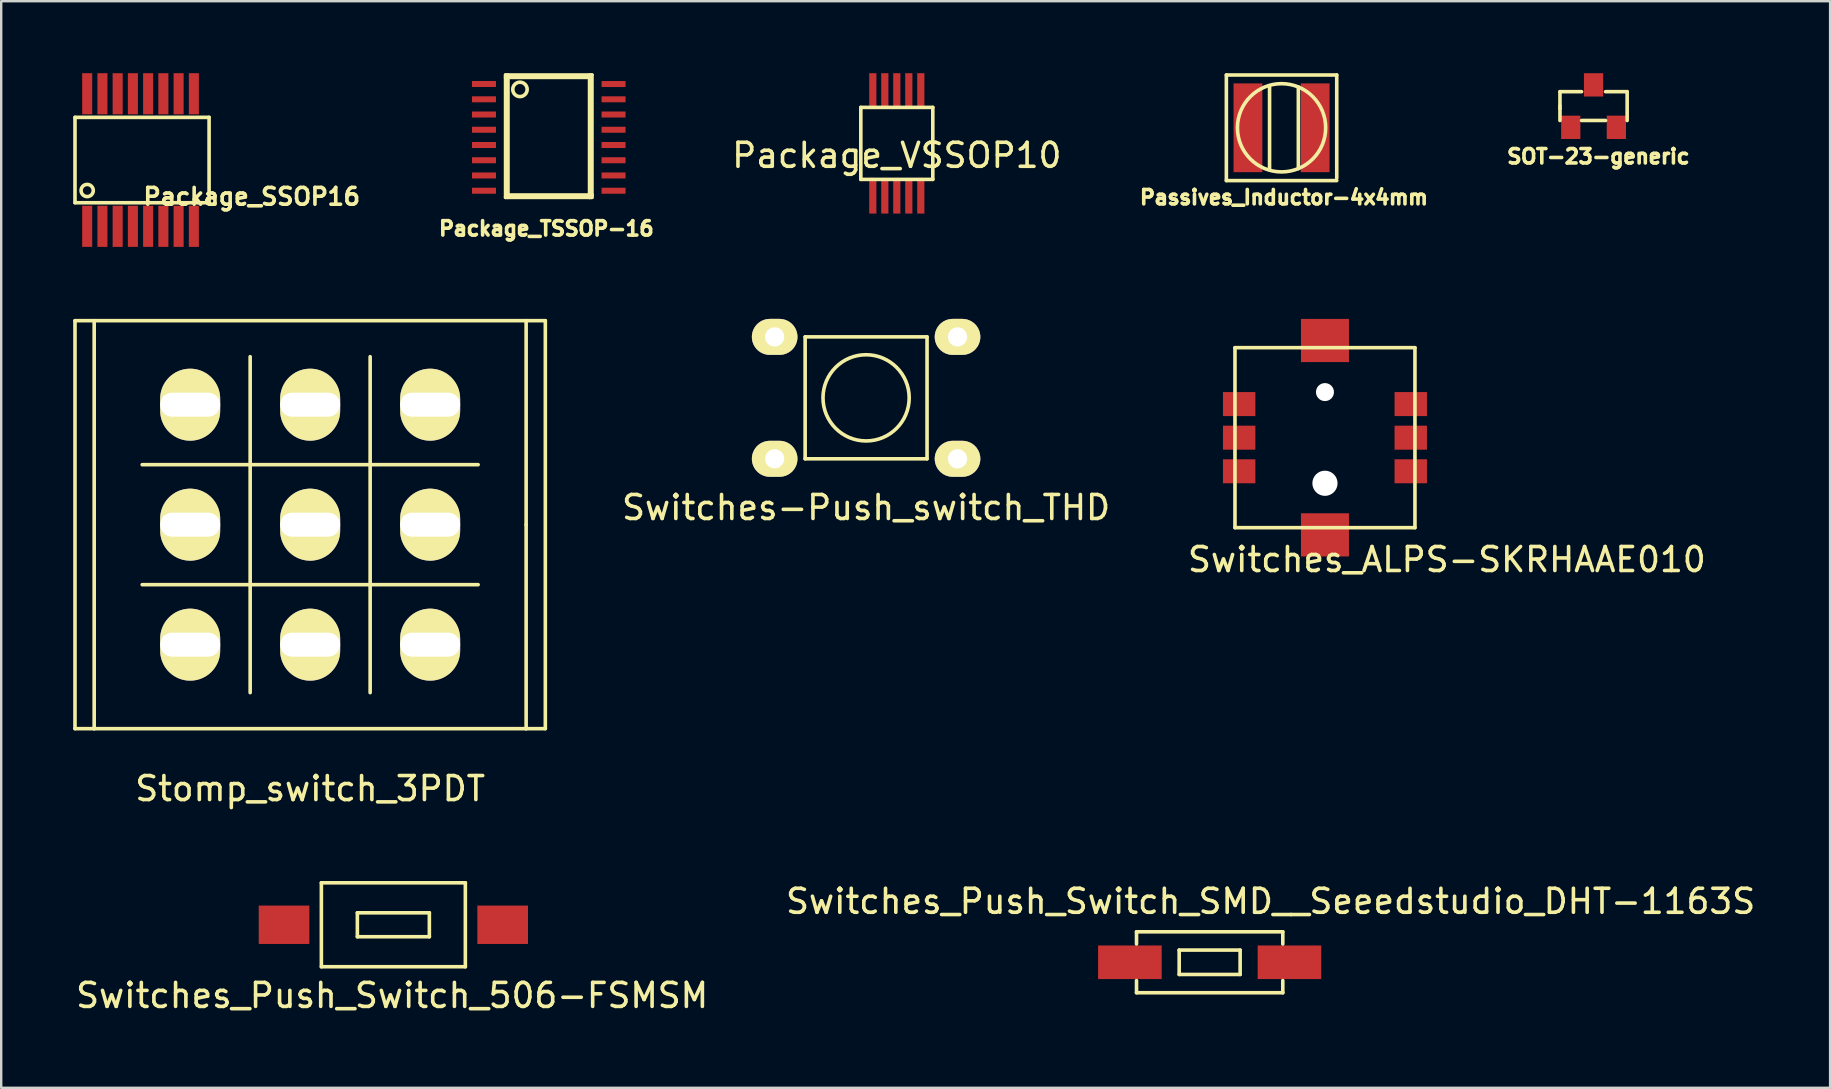
<source format=kicad_pcb>
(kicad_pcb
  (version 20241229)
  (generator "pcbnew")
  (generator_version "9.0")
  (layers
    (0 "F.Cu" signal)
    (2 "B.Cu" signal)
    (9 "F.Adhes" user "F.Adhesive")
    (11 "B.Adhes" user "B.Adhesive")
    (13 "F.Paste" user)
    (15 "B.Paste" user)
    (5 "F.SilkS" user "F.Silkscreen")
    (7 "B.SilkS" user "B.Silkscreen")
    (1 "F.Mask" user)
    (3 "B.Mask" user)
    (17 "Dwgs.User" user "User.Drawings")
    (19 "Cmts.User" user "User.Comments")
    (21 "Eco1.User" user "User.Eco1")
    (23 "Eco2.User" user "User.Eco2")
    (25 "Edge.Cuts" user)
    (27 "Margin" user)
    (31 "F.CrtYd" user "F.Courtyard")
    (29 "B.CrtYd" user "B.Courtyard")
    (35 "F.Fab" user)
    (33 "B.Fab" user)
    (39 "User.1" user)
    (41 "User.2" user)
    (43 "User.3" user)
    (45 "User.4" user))
  (footprint "Package_VSSOP10"
    (layer "F.Cu")
    (at 34.322 2.925)
    (property "Reference" "Package_VSSOP10" (at 0 0.5 0) (layer "F.SilkS") (effects (font (size 1 1) (thickness 0.15))))
    (attr through_hole)
    (fp_line (start -1.5 -1.5) (end 1.5 -1.5) (stroke (width 0.15) (type solid)) (layer "F.SilkS"))
    (fp_line (start -1.5 1.5) (end -1.5 -1.5) (stroke (width 0.15) (type solid)) (layer "F.SilkS"))
    (fp_line (start 1.5 -1.5) (end 1.5 1.5) (stroke (width 0.15) (type solid)) (layer "F.SilkS"))
    (fp_line (start 1.5 1.5) (end -1.5 1.5) (stroke (width 0.15) (type solid)) (layer "F.SilkS"))
    (pad "1" smd rect (at -1 2.2) (size 0.3 1.45) (layers "F.Cu" "F.Mask" "F.Paste"))
    (pad "2" smd rect (at -0.5 2.2) (size 0.3 1.45) (layers "F.Cu" "F.Mask" "F.Paste"))
    (pad "3" smd rect (at 0 2.2) (size 0.3 1.45) (layers "F.Cu" "F.Mask" "F.Paste"))
    (pad "4" smd rect (at 0.5 2.2) (size 0.3 1.45) (layers "F.Cu" "F.Mask" "F.Paste"))
    (pad "5" smd rect (at 1 2.2) (size 0.3 1.45) (layers "F.Cu" "F.Mask" "F.Paste"))
    (pad "6" smd rect (at 1 -2.2) (size 0.3 1.45) (layers "F.Cu" "F.Mask" "F.Paste"))
    (pad "7" smd rect (at 0.5 -2.2) (size 0.3 1.45) (layers "F.Cu" "F.Mask" "F.Paste"))
    (pad "8" smd rect (at 0 -2.2) (size 0.3 1.45) (layers "F.Cu" "F.Mask" "F.Paste"))
    (pad "9" smd rect (at -0.5 -2.2) (size 0.3 1.45) (layers "F.Cu" "F.Mask" "F.Paste"))
    (pad "10" smd rect (at -1 -2.2) (size 0.3 1.45) (layers "F.Cu" "F.Mask" "F.Paste")))
  (footprint "Switches_Push_Switch_506-FSMSM"
    (layer "F.Cu")
    (at 13.342 35.487)
    (property "Reference" "Switches_Push_Switch_506-FSMSM" (at -0.051 2.946 0) (layer "F.SilkS") (effects (font (size 1 1) (thickness 0.15))))
    (attr through_hole)
    (fp_line (start -3 -1.75) (end -3 1.75) (stroke (width 0.15) (type solid)) (layer "F.SilkS"))
    (fp_line (start -3 -1.75) (end 3 -1.75) (stroke (width 0.15) (type solid)) (layer "F.SilkS"))
    (fp_line (start -3 1.75) (end 3 1.75) (stroke (width 0.15) (type solid)) (layer "F.SilkS"))
    (fp_line (start -1.5 -0.5) (end -1.5 0.5) (stroke (width 0.15) (type solid)) (layer "F.SilkS"))
    (fp_line (start -1.5 -0.5) (end 1.5 -0.5) (stroke (width 0.15) (type solid)) (layer "F.SilkS"))
    (fp_line (start -1.5 0.5) (end 1.5 0.5) (stroke (width 0.15) (type solid)) (layer "F.SilkS"))
    (fp_line (start 1.5 0.5) (end 1.5 -0.5) (stroke (width 0.15) (type solid)) (layer "F.SilkS"))
    (fp_line (start 3 -1.75) (end 3 1.75) (stroke (width 0.15) (type solid)) (layer "F.SilkS"))
    (pad "1" smd rect (at -4.555 0) (size 2.11 1.6) (layers "F.Cu" "F.Mask" "F.Paste"))
    (pad "2" smd rect (at 4.555 0) (size 2.11 1.6) (layers "F.Cu" "F.Mask" "F.Paste")))
  (footprint "Switches_Push_Switch_SMD__Seeedstudio_DHT-1163S"
    (layer "F.Cu")
    (at 47.359 37.05)
    (property "Reference" "Switches_Push_Switch_SMD__Seeedstudio_DHT-1163S" (at 2.54 -2.54 0) (layer "F.SilkS") (effects (font (size 1 1) (thickness 0.15))))
    (attr through_hole)
    (fp_line (start -3.048 -1.27) (end 3.048 -1.27) (stroke (width 0.15) (type solid)) (layer "F.SilkS"))
    (fp_line (start -3.048 -0.762) (end -3.048 -1.27) (stroke (width 0.15) (type solid)) (layer "F.SilkS"))
    (fp_line (start -3.048 1.27) (end -3.048 0.762) (stroke (width 0.15) (type solid)) (layer "F.SilkS"))
    (fp_line (start -1.27 -0.508) (end -1.27 0.508) (stroke (width 0.15) (type solid)) (layer "F.SilkS"))
    (fp_line (start -1.27 0.508) (end 1.27 0.508) (stroke (width 0.15) (type solid)) (layer "F.SilkS"))
    (fp_line (start 1.27 -0.508) (end -1.27 -0.508) (stroke (width 0.15) (type solid)) (layer "F.SilkS"))
    (fp_line (start 1.27 0.508) (end 1.27 -0.508) (stroke (width 0.15) (type solid)) (layer "F.SilkS"))
    (fp_line (start 3.048 -1.27) (end 3.048 -0.762) (stroke (width 0.15) (type solid)) (layer "F.SilkS"))
    (fp_line (start 3.048 0.762) (end 3.048 1.27) (stroke (width 0.15) (type solid)) (layer "F.SilkS"))
    (fp_line (start 3.048 1.27) (end -3.048 1.27) (stroke (width 0.15) (type solid)) (layer "F.SilkS"))
    (pad "1" smd rect (at -3.325 0) (size 2.65 1.4) (layers "F.Cu" "F.Mask" "F.Paste"))
    (pad "2" smd rect (at 3.325 0) (size 2.65 1.4) (layers "F.Cu" "F.Mask" "F.Paste")))
  (footprint "Stomp_switch_3PDT"
    (layer "F.Cu")
    (at 9.875 18.814)
    (property "Reference" "Stomp_switch_3PDT" (at 0 11 0) (layer "F.SilkS") (effects (font (size 1 1) (thickness 0.15))))
    (attr through_hole)
    (fp_line (start -9.8 -8.5) (end -9 -8.5) (stroke (width 0.15) (type solid)) (layer "F.SilkS"))
    (fp_line (start -9.8 8.5) (end -9.8 -8.5) (stroke (width 0.15) (type solid)) (layer "F.SilkS"))
    (fp_line (start -9 -8.5) (end 9 -8.5) (stroke (width 0.15) (type solid)) (layer "F.SilkS"))
    (fp_line (start -9 8.5) (end -9.8 8.5) (stroke (width 0.15) (type solid)) (layer "F.SilkS"))
    (fp_line (start -9 8.5) (end -9 -8.5) (stroke (width 0.15) (type solid)) (layer "F.SilkS"))
    (fp_line (start -9 8.5) (end 9 8.5) (stroke (width 0.15) (type solid)) (layer "F.SilkS"))
    (fp_line (start -7 -2.5) (end 7 -2.5) (stroke (width 0.15) (type solid)) (layer "F.SilkS"))
    (fp_line (start -2.5 -7) (end -2.5 7) (stroke (width 0.15) (type solid)) (layer "F.SilkS"))
    (fp_line (start 2.5 7) (end 2.5 -7) (stroke (width 0.15) (type solid)) (layer "F.SilkS"))
    (fp_line (start 7 2.5) (end -7 2.5) (stroke (width 0.15) (type solid)) (layer "F.SilkS"))
    (fp_line (start 9 -8.5) (end 9 0) (stroke (width 0.15) (type solid)) (layer "F.SilkS"))
    (fp_line (start 9 8.5) (end 9 0) (stroke (width 0.15) (type solid)) (layer "F.SilkS"))
    (fp_line (start 9.8 -8.5) (end 9 -8.5) (stroke (width 0.15) (type solid)) (layer "F.SilkS"))
    (fp_line (start 9.8 8.5) (end 9 8.5) (stroke (width 0.15) (type solid)) (layer "F.SilkS"))
    (fp_line (start 9.8 8.5) (end 9.8 -8.5) (stroke (width 0.15) (type solid)) (layer "F.SilkS"))
    (pad "1" thru_hole oval (at -5 -5) (size 2.5 3) (drill oval 2.5 1) (layers "*.Cu" "*.Mask" "F.SilkS"))
    (pad "2" thru_hole oval (at 0 -5) (size 2.5 3) (drill oval 2.5 1) (layers "*.Cu" "*.Mask" "F.SilkS"))
    (pad "3" thru_hole oval (at 5 -5) (size 2.5 3) (drill oval 2.5 1) (layers "*.Cu" "*.Mask" "F.SilkS"))
    (pad "4" thru_hole oval (at -5 0) (size 2.5 3) (drill oval 2.5 1) (layers "*.Cu" "*.Mask" "F.SilkS"))
    (pad "5" thru_hole oval (at 0 0) (size 2.5 3) (drill oval 2.5 1) (layers "*.Cu" "*.Mask" "F.SilkS"))
    (pad "6" thru_hole oval (at 5 0) (size 2.5 3) (drill oval 2.5 1) (layers "*.Cu" "*.Mask" "F.SilkS"))
    (pad "7" thru_hole oval (at -5 5) (size 2.5 3) (drill oval 2.5 1) (layers "*.Cu" "*.Mask" "F.SilkS"))
    (pad "8" thru_hole oval (at 0 5) (size 2.5 3) (drill oval 2.5 1) (layers "*.Cu" "*.Mask" "F.SilkS"))
    (pad "9" thru_hole oval (at 5 5) (size 2.5 3) (drill oval 2.5 1) (layers "*.Cu" "*.Mask" "F.SilkS")))
  (footprint "Switches_ALPS-SKRHAAE010"
    (layer "F.Cu")
    (at 52.164 15.189)
    (property "Reference" "Switches_ALPS-SKRHAAE010" (at 5.08 5.08 0) (layer "F.SilkS") (effects (font (size 1 1) (thickness 0.15))))
    (attr through_hole)
    (fp_line (start -3.75 -3.75) (end -3.75 3.75) (stroke (width 0.15) (type solid)) (layer "F.SilkS"))
    (fp_line (start -3.75 -3.75) (end 3.75 -3.75) (stroke (width 0.15) (type solid)) (layer "F.SilkS"))
    (fp_line (start -3.75 3.75) (end 3.75 3.75) (stroke (width 0.15) (type solid)) (layer "F.SilkS"))
    (fp_line (start 3.75 -3.75) (end 3.75 3.75) (stroke (width 0.15) (type solid)) (layer "F.SilkS"))
    (pad "" smd rect (at 0 -4.05) (size 2 1.8) (layers "F.Cu" "F.Mask" "F.Paste"))
    (pad "" np_thru_hole circle (at 0 -1.9) (size 0.75 0.75) (drill 0.75) (layers "*.Cu" "*.Mask"))
    (pad "" np_thru_hole circle (at 0 1.9) (size 1.05 1.05) (drill 1.05) (layers "*.Cu" "*.Mask"))
    (pad "" smd rect (at 0 4.05) (size 2 1.8) (layers "F.Cu" "F.Mask" "F.Paste"))
    (pad "1" smd rect (at -3.575 -1.4) (size 1.35 1) (layers "F.Cu" "F.Mask" "F.Paste"))
    (pad "2" smd rect (at -3.575 0) (size 1.35 1) (layers "F.Cu" "F.Mask" "F.Paste"))
    (pad "3" smd rect (at -3.575 1.4) (size 1.35 1) (layers "F.Cu" "F.Mask" "F.Paste"))
    (pad "4" smd rect (at 3.575 -1.4) (size 1.35 1) (layers "F.Cu" "F.Mask" "F.Paste"))
    (pad "5" smd rect (at 3.575 0) (size 1.35 1) (layers "F.Cu" "F.Mask" "F.Paste"))
    (pad "6" smd rect (at 3.575 1.4) (size 1.35 1) (layers "F.Cu" "F.Mask" "F.Paste")))
  (footprint "Switches-Push_switch_THD"
    (layer "F.Cu")
    (at 33.042 13.529)
    (property "Reference" "Switches-Push_switch_THD" (at 0 4.572 0) (layer "F.SilkS") (effects (font (size 1 1) (thickness 0.15))))
    (attr through_hole)
    (fp_line (start -2.54 -2.54) (end 2.54 -2.54) (stroke (width 0.15) (type solid)) (layer "F.SilkS"))
    (fp_line (start -2.54 2.54) (end -2.54 -2.54) (stroke (width 0.15) (type solid)) (layer "F.SilkS"))
    (fp_line (start 2.54 -2.54) (end 2.54 2.54) (stroke (width 0.15) (type solid)) (layer "F.SilkS"))
    (fp_line (start 2.54 2.54) (end -2.54 2.54) (stroke (width 0.15) (type solid)) (layer "F.SilkS"))
    (fp_circle (center 0 0) (end -1.27 -1.27) (stroke (width 0.15) (type solid)) (fill no) (layer "F.SilkS"))
    (pad "1" thru_hole oval (at -3.81 -2.54) (size 1.9 1.5) (drill 0.8) (layers "*.Cu" "*.Mask" "F.SilkS"))
    (pad "2" thru_hole oval (at -3.81 2.54) (size 1.9 1.5) (drill 0.8) (layers "*.Cu" "*.Mask" "F.SilkS"))
    (pad "3" thru_hole oval (at 3.81 -2.54) (size 1.9 1.5) (drill 0.8) (layers "*.Cu" "*.Mask" "F.SilkS"))
    (pad "4" thru_hole oval (at 3.81 2.54) (size 1.9 1.5) (drill 0.8) (layers "*.Cu" "*.Mask" "F.SilkS")))
  (footprint "Package_TSSOP-16"
    (layer "F.Cu")
    (at 19.818 2.675)
    (property "Reference" "Package_TSSOP-16" (at -0.1 3.8 0) (layer "F.SilkS") (effects (font (size 0.6 0.6) (thickness 0.15))))
    (attr through_hole)
    (fp_line (start -1.8 -2.6) (end -1.8 2.5) (stroke (width 0.15) (type solid)) (layer "F.SilkS"))
    (fp_line (start -1.8 2.5) (end 1.8 2.5) (stroke (width 0.15) (type solid)) (layer "F.SilkS"))
    (fp_line (start -1.7 -2.6) (end -1.7 2.5) (stroke (width 0.15) (type solid)) (layer "F.SilkS"))
    (fp_line (start -1.7 2.4) (end 1.8 2.4) (stroke (width 0.15) (type solid)) (layer "F.SilkS"))
    (fp_line (start 1.7 -2.5) (end -1.8 -2.5) (stroke (width 0.15) (type solid)) (layer "F.SilkS"))
    (fp_line (start 1.7 2.5) (end 1.7 -2.6) (stroke (width 0.15) (type solid)) (layer "F.SilkS"))
    (fp_line (start 1.8 -2.6) (end -1.8 -2.6) (stroke (width 0.15) (type solid)) (layer "F.SilkS"))
    (fp_line (start 1.8 2.4) (end 1.7 2.5) (stroke (width 0.15) (type solid)) (layer "F.SilkS"))
    (fp_line (start 1.8 2.5) (end 1.8 -2.6) (stroke (width 0.15) (type solid)) (layer "F.SilkS"))
    (fp_circle (center -1.2 -2) (end -1.2 -2.3) (stroke (width 0.15) (type solid)) (fill no) (layer "F.SilkS"))
    (pad "1" smd rect (at -2.7 -2.225) (size 1 0.25) (layers "F.Cu" "F.Mask" "F.Paste"))
    (pad "2" smd rect (at -2.7 -1.587) (size 1 0.25) (layers "F.Cu" "F.Mask" "F.Paste"))
    (pad "3" smd rect (at -2.7 -0.953) (size 1 0.25) (layers "F.Cu" "F.Mask" "F.Paste"))
    (pad "4" smd rect (at -2.7 -0.318) (size 1 0.25) (layers "F.Cu" "F.Mask" "F.Paste"))
    (pad "5" smd rect (at -2.7 0.318) (size 1 0.25) (layers "F.Cu" "F.Mask" "F.Paste"))
    (pad "6" smd rect (at -2.7 0.953) (size 1 0.25) (layers "F.Cu" "F.Mask" "F.Paste"))
    (pad "7" smd rect (at -2.7 1.587) (size 1 0.25) (layers "F.Cu" "F.Mask" "F.Paste"))
    (pad "8" smd rect (at -2.7 2.223) (size 1 0.25) (layers "F.Cu" "F.Mask" "F.Paste"))
    (pad "9" smd rect (at 2.7 2.223) (size 1 0.25) (layers "F.Cu" "F.Mask" "F.Paste"))
    (pad "10" smd rect (at 2.7 1.587) (size 1 0.25) (layers "F.Cu" "F.Mask" "F.Paste"))
    (pad "11" smd rect (at 2.7 0.953) (size 1 0.25) (layers "F.Cu" "F.Mask" "F.Paste"))
    (pad "12" smd rect (at 2.7 0.318) (size 1 0.25) (layers "F.Cu" "F.Mask" "F.Paste"))
    (pad "13" smd rect (at 2.7 -0.318) (size 1 0.25) (layers "F.Cu" "F.Mask" "F.Paste"))
    (pad "14" smd rect (at 2.7 -0.953) (size 1 0.25) (layers "F.Cu" "F.Mask" "F.Paste"))
    (pad "15" smd rect (at 2.7 -1.587) (size 1 0.25) (layers "F.Cu" "F.Mask" "F.Paste"))
    (pad "16" smd rect (at 2.7 -2.223) (size 1 0.25) (layers "F.Cu" "F.Mask" "F.Paste")))
  (footprint "Package_SSOP16"
    (layer "F.Cu")
    (at 3.123 3.619)
    (property "Reference" "Package_SSOP16" (at 4.318 1.524 0) (layer "F.SilkS") (effects (font (size 0.7 0.7) (thickness 0.15))))
    (attr through_hole)
    (fp_line (start -3.048 -1.778) (end 2.54 -1.778) (stroke (width 0.15) (type solid)) (layer "F.SilkS"))
    (fp_line (start -3.048 1.778) (end -3.048 -1.778) (stroke (width 0.15) (type solid)) (layer "F.SilkS"))
    (fp_line (start 2.54 -1.778) (end 2.54 1.778) (stroke (width 0.15) (type solid)) (layer "F.SilkS"))
    (fp_line (start 2.54 1.778) (end -3.048 1.778) (stroke (width 0.15) (type solid)) (layer "F.SilkS"))
    (fp_circle (center -2.54 1.27) (end -2.54 1.016) (stroke (width 0.15) (type solid)) (fill no) (layer "F.SilkS"))
    (pad "1" smd rect (at -2.54 2.762) (size 0.419 1.714) (layers "F.Cu" "F.Mask" "F.Paste"))
    (pad "2" smd rect (at -1.905 2.762) (size 0.419 1.714) (layers "F.Cu" "F.Mask" "F.Paste"))
    (pad "3" smd rect (at -1.27 2.762) (size 0.419 1.714) (layers "F.Cu" "F.Mask" "F.Paste"))
    (pad "4" smd rect (at -0.635 2.762) (size 0.419 1.714) (layers "F.Cu" "F.Mask" "F.Paste"))
    (pad "5" smd rect (at 0 2.762) (size 0.419 1.714) (layers "F.Cu" "F.Mask" "F.Paste"))
    (pad "6" smd rect (at 0.635 2.762) (size 0.419 1.714) (layers "F.Cu" "F.Mask" "F.Paste"))
    (pad "7" smd rect (at 1.27 2.762) (size 0.419 1.714) (layers "F.Cu" "F.Mask" "F.Paste"))
    (pad "8" smd rect (at 1.905 2.762) (size 0.419 1.714) (layers "F.Cu" "F.Mask" "F.Paste"))
    (pad "9" smd rect (at 1.905 -2.762) (size 0.419 1.714) (layers "F.Cu" "F.Mask" "F.Paste"))
    (pad "10" smd rect (at 1.27 -2.762) (size 0.419 1.714) (layers "F.Cu" "F.Mask" "F.Paste"))
    (pad "11" smd rect (at 0.635 -2.762) (size 0.419 1.714) (layers "F.Cu" "F.Mask" "F.Paste"))
    (pad "12" smd rect (at 0 -2.762) (size 0.419 1.714) (layers "F.Cu" "F.Mask" "F.Paste"))
    (pad "13" smd rect (at -0.635 -2.762) (size 0.419 1.714) (layers "F.Cu" "F.Mask" "F.Paste"))
    (pad "14" smd rect (at -1.27 -2.762) (size 0.419 1.714) (layers "F.Cu" "F.Mask" "F.Paste"))
    (pad "15" smd rect (at -1.905 -2.762) (size 0.419 1.714) (layers "F.Cu" "F.Mask" "F.Paste"))
    (pad "16" smd rect (at -2.54 -2.762) (size 0.419 1.714) (layers "F.Cu" "F.Mask" "F.Paste")))
  (footprint "Passives_Inductor-4x4mm"
    (layer "F.Cu")
    (at 50.355 2.275)
    (property "Reference" "Passives_Inductor-4x4mm" (at 0.1 2.9 0) (layer "F.SilkS") (effects (font (size 0.6 0.6) (thickness 0.15))))
    (attr through_hole)
    (fp_line (start -2.3 -2.2) (end 2.3 -2.2) (stroke (width 0.15) (type solid)) (layer "F.SilkS"))
    (fp_line (start -2.3 2.2) (end -2.3 -2.2) (stroke (width 0.15) (type solid)) (layer "F.SilkS"))
    (fp_line (start -0.5 -1.7) (end -0.5 1.7) (stroke (width 0.15) (type solid)) (layer "F.SilkS"))
    (fp_line (start 0.7 1.7) (end 0.7 -1.7) (stroke (width 0.15) (type solid)) (layer "F.SilkS"))
    (fp_line (start 2.3 2.1) (end 2.3 -2.2) (stroke (width 0.15) (type solid)) (layer "F.SilkS"))
    (fp_line (start 2.3 2.2) (end -2.3 2.2) (stroke (width 0.15) (type solid)) (layer "F.SilkS"))
    (fp_circle (center 0 0) (end 1.3 -1.3) (stroke (width 0.15) (type solid)) (fill no) (layer "F.SilkS"))
    (pad "1" smd rect (at 1.4 0) (size 1.2 3.7) (layers "F.Cu" "F.Mask" "F.Paste"))
    (pad "2" smd rect (at -1.4 0) (size 1.2 3.7) (layers "F.Cu" "F.Mask" "F.Paste")))
  (footprint "SOT-23-generic"
    (layer "F.Cu")
    (at 63.357 1.371)
    (property "Reference" "SOT-23-generic" (at 0.2 2.1 0) (layer "F.SilkS") (effects (font (size 0.6 0.6) (thickness 0.15))))
    (attr through_hole)
    (fp_line (start -1.4 -0.6) (end -0.5 -0.6) (stroke (width 0.15) (type solid)) (layer "F.SilkS"))
    (fp_line (start -1.4 0) (end -1.4 -0.6) (stroke (width 0.15) (type solid)) (layer "F.SilkS"))
    (fp_line (start -1.4 0.1) (end -1.4 0) (stroke (width 0.15) (type solid)) (layer "F.SilkS"))
    (fp_line (start -1.4 0.6) (end -1.4 0.1) (stroke (width 0.15) (type solid)) (layer "F.SilkS"))
    (fp_line (start 0.5 -0.6) (end 1.4 -0.6) (stroke (width 0.15) (type solid)) (layer "F.SilkS"))
    (fp_line (start 0.5 0.6) (end -0.5 0.6) (stroke (width 0.15) (type solid)) (layer "F.SilkS"))
    (fp_line (start 1.4 -0.6) (end 1.4 0.6) (stroke (width 0.15) (type solid)) (layer "F.SilkS"))
    (pad "1" smd rect (at -0.95 0.885) (size 0.802 0.972) (layers "F.Cu" "F.Mask" "F.Paste"))
    (pad "2" smd rect (at 0.95 0.885) (size 0.802 0.972) (layers "F.Cu" "F.Mask" "F.Paste"))
    (pad "3" smd rect (at 0 -0.885) (size 0.802 0.972) (layers "F.Cu" "F.Mask" "F.Paste")))
  (gr_rect
    (start -3 -3)
    (end 73.214 42.282)
    (stroke (width 0.1) (type default))
    (fill no)
    (layer "Edge.Cuts")))
</source>
